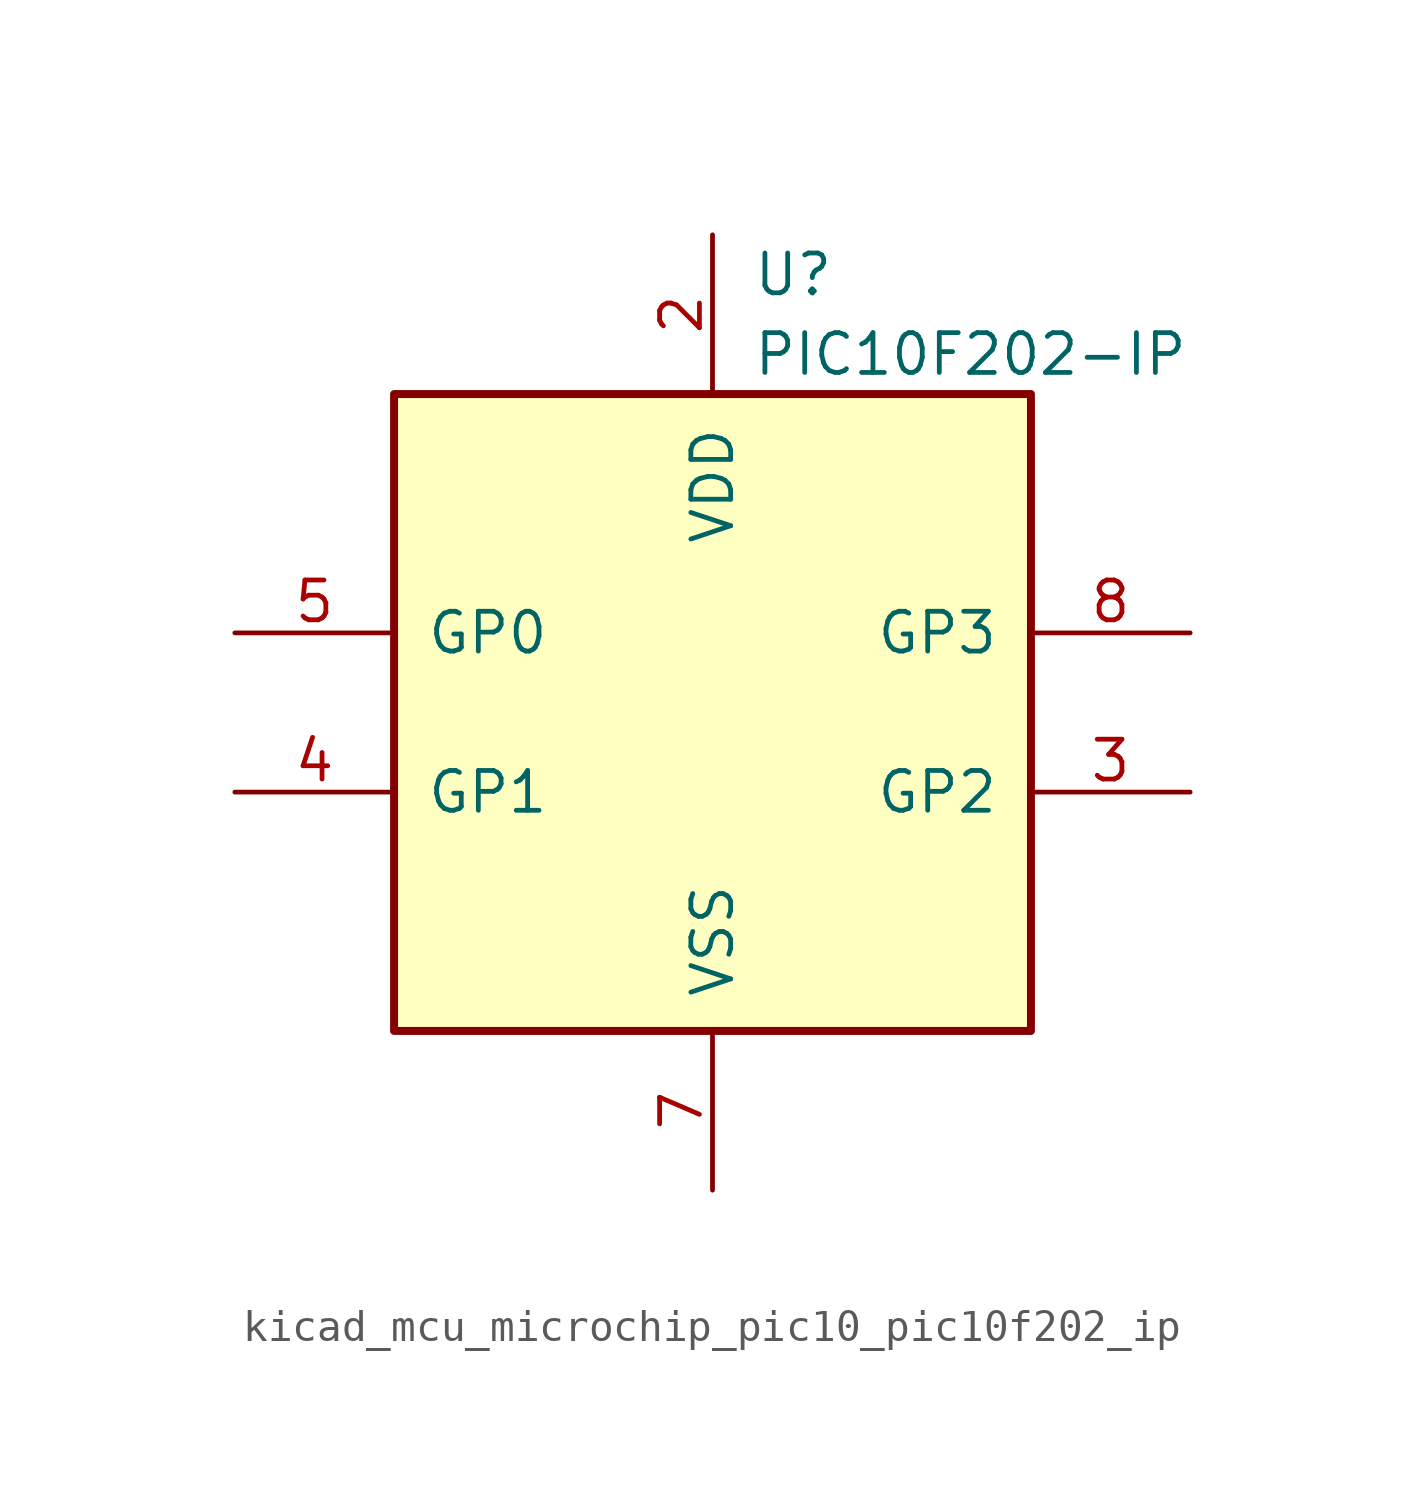
<source format=kicad_sym>
(kicad_symbol_lib
  (version 20220914)
  (generator kicad_symbol_editor)
  (symbol "kicad_mcu_microchip_pic10_pic10f202_ip"
    (pin_names
      (offset 1.016))
    (property "Reference" "U"
      (at 1.27 13.97 0)
      (effects (font (size 1.27 1.27)) (justify left)))
    (property "Value" "PIC10F202-IP"
      (at 1.27 11.43 0)
      (effects (font (size 1.27 1.27)) (justify left)))
    (symbol "kicad_mcu_microchip_pic10_pic10f202_ip_0_1"
      (rectangle (start -10.16 10.16) (end 10.16 -10.16) (stroke (width 0.254) (type default)) (fill (type background))))
    (symbol "kicad_mcu_microchip_pic10_pic10f202_ip_1_1"
      (pin power_in line (at 0 15.24 270) (length 5.08) (name "VDD" (effects (font (size 1.27 1.27)))) (number "2" (effects (font (size 1.27 1.27)))))
      (pin bidirectional line (at 15.24 -2.54 180) (length 5.08) (name "GP2" (effects (font (size 1.27 1.27)))) (number "3" (effects (font (size 1.27 1.27)))))
      (pin bidirectional line (at -15.24 -2.54 0) (length 5.08) (name "GP1" (effects (font (size 1.27 1.27)))) (number "4" (effects (font (size 1.27 1.27)))))
      (pin bidirectional line (at -15.24 2.54 0) (length 5.08) (name "GP0" (effects (font (size 1.27 1.27)))) (number "5" (effects (font (size 1.27 1.27)))))
      (pin power_in line (at 0 -15.24 90) (length 5.08) (name "VSS" (effects (font (size 1.27 1.27)))) (number "7" (effects (font (size 1.27 1.27)))))
      (pin input line (at 15.24 2.54 180) (length 5.08) (name "GP3" (effects (font (size 1.27 1.27)))) (number "8" (effects (font (size 1.27 1.27))))))))
</source>
